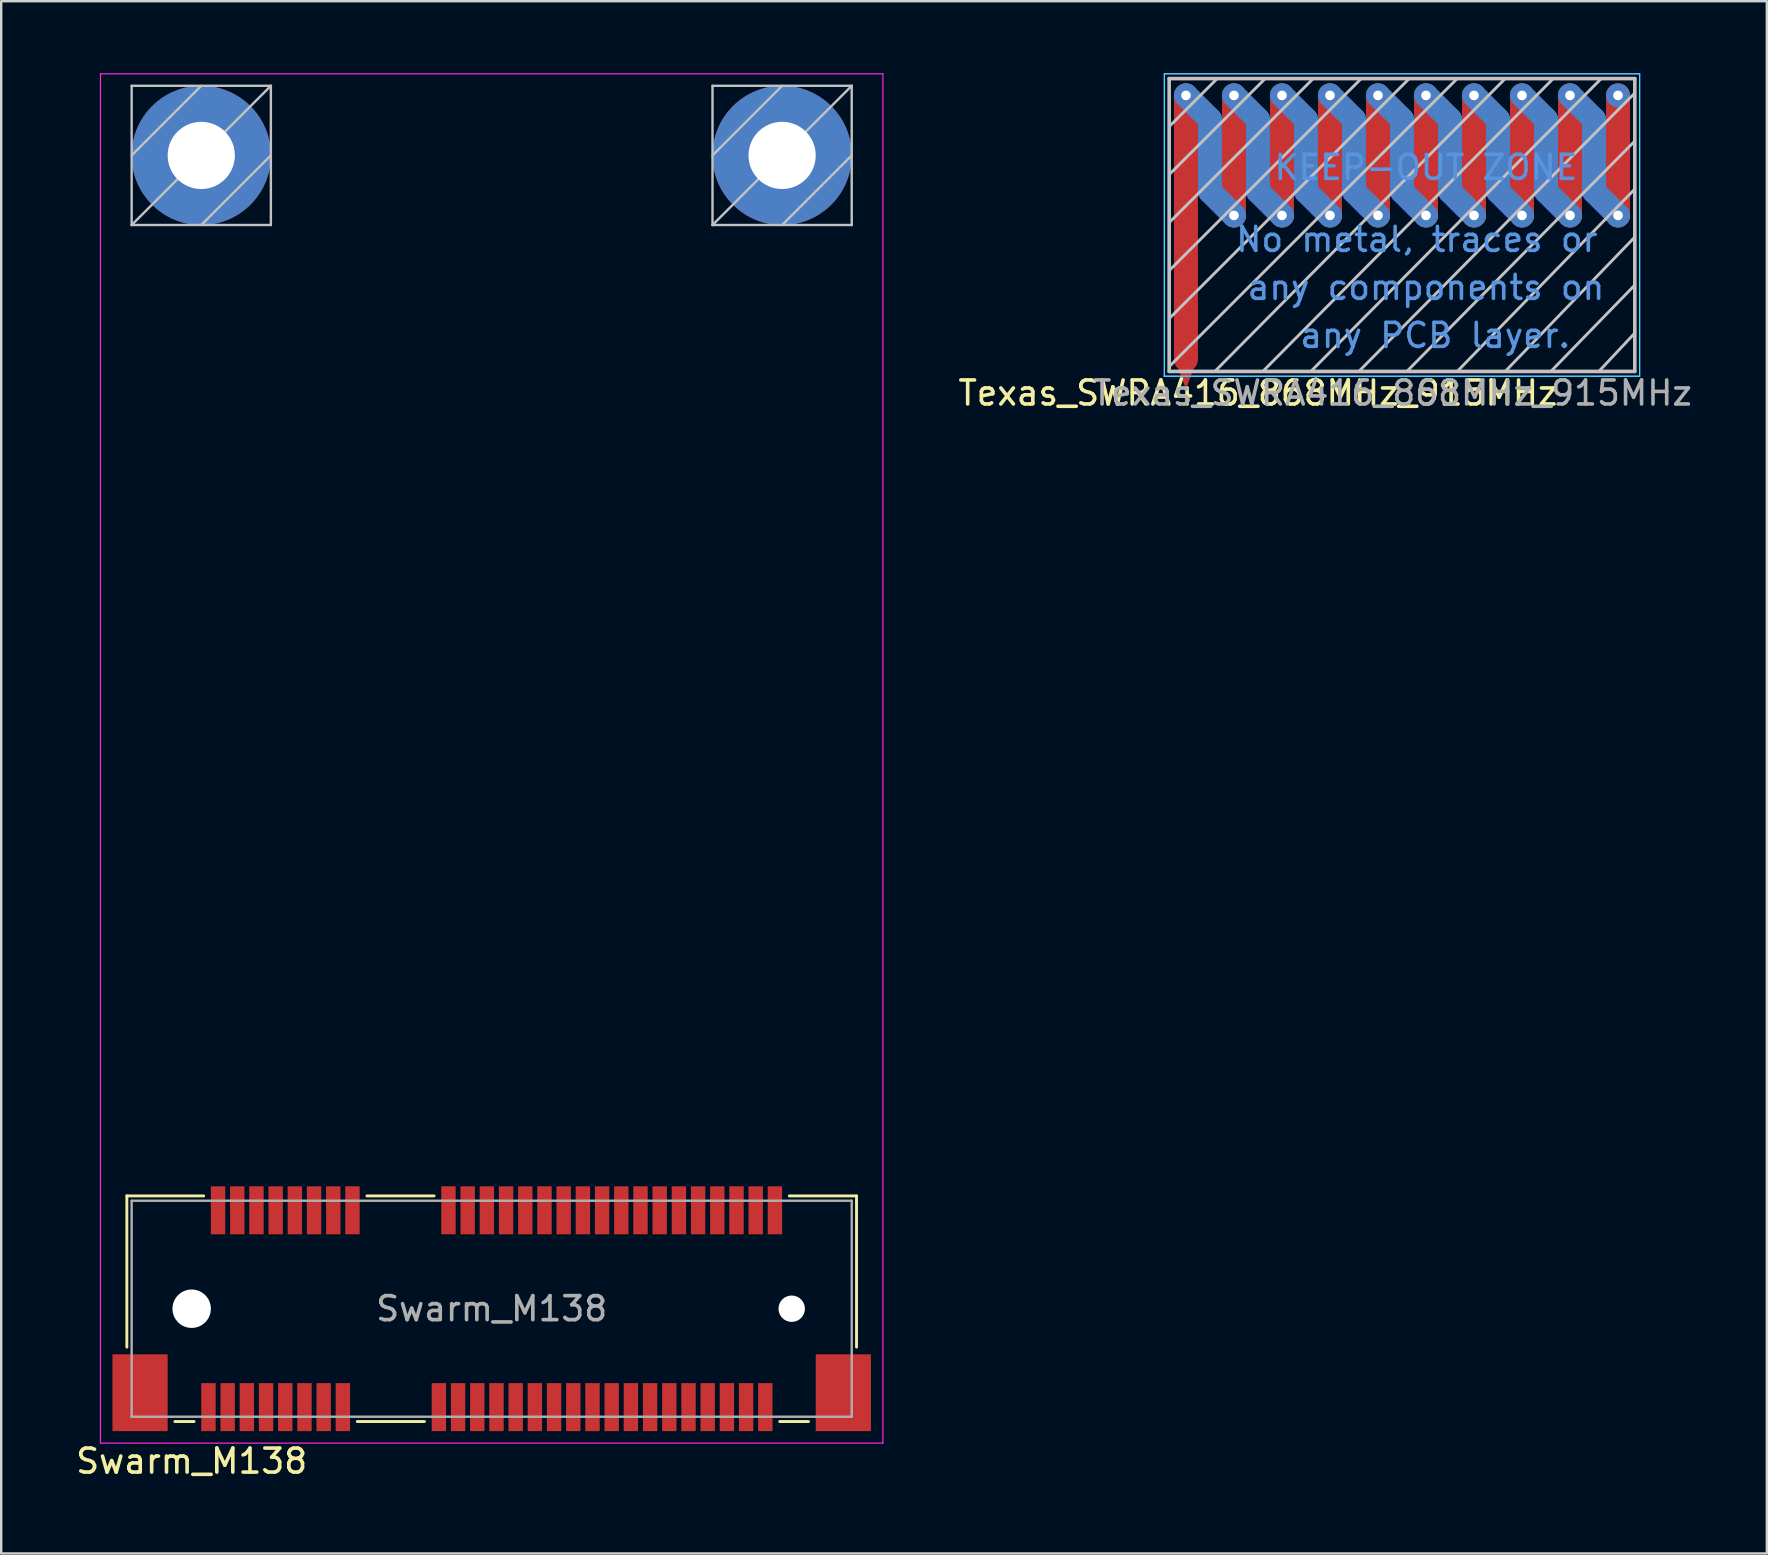
<source format=kicad_pcb>
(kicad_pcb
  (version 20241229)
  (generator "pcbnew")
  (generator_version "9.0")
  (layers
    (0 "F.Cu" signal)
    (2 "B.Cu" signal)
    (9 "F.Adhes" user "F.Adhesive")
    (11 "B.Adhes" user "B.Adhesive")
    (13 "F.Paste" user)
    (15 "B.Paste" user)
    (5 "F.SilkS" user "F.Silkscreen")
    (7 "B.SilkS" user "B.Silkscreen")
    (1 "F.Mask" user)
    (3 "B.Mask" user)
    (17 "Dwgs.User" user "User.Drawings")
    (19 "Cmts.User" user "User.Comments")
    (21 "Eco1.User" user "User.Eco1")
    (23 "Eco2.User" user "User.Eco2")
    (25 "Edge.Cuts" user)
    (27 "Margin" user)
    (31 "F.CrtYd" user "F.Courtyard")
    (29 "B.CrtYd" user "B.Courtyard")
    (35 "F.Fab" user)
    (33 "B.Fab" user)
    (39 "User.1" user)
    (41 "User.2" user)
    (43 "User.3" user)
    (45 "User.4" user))
  (footprint "Texas_SWRA416_868MHz_915MHz"
    (layer "F.Cu")
    (at 55.361 6.725)
    (property "Reference" "Texas_SWRA416_868MHz_915MHz" (at -6 6.6 0) (layer "F.SilkS") (effects (font (size 1 1) (thickness 0.15))))
    (attr smd)
    (fp_line (start -9 5.2) (end -9 -5.8) (stroke (width 1) (type solid)) (layer "F.Cu"))
    (fp_line (start -7 -5.8) (end -7 -0.8) (stroke (width 1) (type solid)) (layer "F.Cu"))
    (fp_line (start -5 -5.8) (end -5 -0.8) (stroke (width 1) (type solid)) (layer "F.Cu"))
    (fp_line (start -3 -5.8) (end -3 -0.8) (stroke (width 1) (type solid)) (layer "F.Cu"))
    (fp_line (start -1 -5.8) (end -1 -0.8) (stroke (width 1) (type solid)) (layer "F.Cu"))
    (fp_line (start 1 -5.8) (end 1 -0.8) (stroke (width 1) (type solid)) (layer "F.Cu"))
    (fp_line (start 3 -5.8) (end 3 -0.8) (stroke (width 1) (type solid)) (layer "F.Cu"))
    (fp_line (start 5 -5.8) (end 5 -0.8) (stroke (width 1) (type solid)) (layer "F.Cu"))
    (fp_line (start 7 -5.8) (end 7 -0.8) (stroke (width 1) (type solid)) (layer "F.Cu"))
    (fp_line (start 9 -5.8) (end 9 -0.8) (stroke (width 1) (type solid)) (layer "F.Cu"))
    (fp_line (start -9 -5.8) (end -8 -4.8) (stroke (width 1) (type solid)) (layer "B.Cu"))
    (fp_line (start -8 -4.8) (end -8 -1.8) (stroke (width 1) (type solid)) (layer "B.Cu"))
    (fp_line (start -8 -1.8) (end -7 -0.8) (stroke (width 1) (type solid)) (layer "B.Cu"))
    (fp_line (start -7 -5.8) (end -6 -4.8) (stroke (width 1) (type solid)) (layer "B.Cu"))
    (fp_line (start -6 -4.8) (end -6 -1.8) (stroke (width 1) (type solid)) (layer "B.Cu"))
    (fp_line (start -6 -1.8) (end -5 -0.8) (stroke (width 1) (type solid)) (layer "B.Cu"))
    (fp_line (start -5 -5.8) (end -4 -4.8) (stroke (width 1) (type solid)) (layer "B.Cu"))
    (fp_line (start -4 -4.8) (end -4 -1.8) (stroke (width 1) (type solid)) (layer "B.Cu"))
    (fp_line (start -4 -1.8) (end -3 -0.8) (stroke (width 1) (type solid)) (layer "B.Cu"))
    (fp_line (start -3 -5.8) (end -2 -4.8) (stroke (width 1) (type solid)) (layer "B.Cu"))
    (fp_line (start -2 -4.8) (end -2 -1.8) (stroke (width 1) (type solid)) (layer "B.Cu"))
    (fp_line (start -2 -1.8) (end -1 -0.8) (stroke (width 1) (type solid)) (layer "B.Cu"))
    (fp_line (start -1 -5.8) (end 0 -4.8) (stroke (width 1) (type solid)) (layer "B.Cu"))
    (fp_line (start 0 -4.8) (end 0 -1.8) (stroke (width 1) (type solid)) (layer "B.Cu"))
    (fp_line (start 0 -1.8) (end 1 -0.8) (stroke (width 1) (type solid)) (layer "B.Cu"))
    (fp_line (start 1 -5.8) (end 2 -4.8) (stroke (width 1) (type solid)) (layer "B.Cu"))
    (fp_line (start 2 -4.8) (end 2 -1.8) (stroke (width 1) (type solid)) (layer "B.Cu"))
    (fp_line (start 2 -1.8) (end 3 -0.8) (stroke (width 1) (type solid)) (layer "B.Cu"))
    (fp_line (start 3 -5.8) (end 4 -4.8) (stroke (width 1) (type solid)) (layer "B.Cu"))
    (fp_line (start 4 -4.8) (end 4 -1.8) (stroke (width 1) (type solid)) (layer "B.Cu"))
    (fp_line (start 4 -1.8) (end 5 -0.8) (stroke (width 1) (type solid)) (layer "B.Cu"))
    (fp_line (start 5 -5.8) (end 6 -4.8) (stroke (width 1) (type solid)) (layer "B.Cu"))
    (fp_line (start 6 -4.8) (end 6 -1.8) (stroke (width 1) (type solid)) (layer "B.Cu"))
    (fp_line (start 6 -1.8) (end 7 -0.8) (stroke (width 1) (type solid)) (layer "B.Cu"))
    (fp_line (start 7 -5.8) (end 8 -4.8) (stroke (width 1) (type solid)) (layer "B.Cu"))
    (fp_line (start 8 -4.8) (end 8 -1.8) (stroke (width 1) (type solid)) (layer "B.Cu"))
    (fp_line (start 8 -1.8) (end 9 -0.8) (stroke (width 1) (type solid)) (layer "B.Cu"))
    (fp_line (start -9.7 -6.5) (end -9.7 5.7) (stroke (width 0.15) (type solid)) (layer "Dwgs.User"))
    (fp_line (start -9.7 -4.5) (end -7.7 -6.5) (stroke (width 0.12) (type solid)) (layer "Dwgs.User"))
    (fp_line (start -9.7 -2.5) (end -5.7 -6.5) (stroke (width 0.12) (type solid)) (layer "Dwgs.User"))
    (fp_line (start -9.7 -0.5) (end -3.7 -6.5) (stroke (width 0.12) (type solid)) (layer "Dwgs.User"))
    (fp_line (start -9.7 1.5) (end -1.7 -6.5) (stroke (width 0.12) (type solid)) (layer "Dwgs.User"))
    (fp_line (start -9.7 3.5) (end 0.3 -6.5) (stroke (width 0.12) (type solid)) (layer "Dwgs.User"))
    (fp_line (start -9.7 5.5) (end 2.3 -6.5) (stroke (width 0.12) (type solid)) (layer "Dwgs.User"))
    (fp_line (start -9.7 5.7) (end 9.7 5.7) (stroke (width 0.15) (type solid)) (layer "Dwgs.User"))
    (fp_line (start 4.3 -6.5) (end -7.8 5.7) (stroke (width 0.12) (type solid)) (layer "Dwgs.User"))
    (fp_line (start 6.3 -6.5) (end -5.8 5.7) (stroke (width 0.12) (type solid)) (layer "Dwgs.User"))
    (fp_line (start 8.3 -6.5) (end -3.8 5.7) (stroke (width 0.12) (type solid)) (layer "Dwgs.User"))
    (fp_line (start 9.7 -6.5) (end -9.7 -6.5) (stroke (width 0.15) (type solid)) (layer "Dwgs.User"))
    (fp_line (start 9.7 -5.9) (end -1.8 5.7) (stroke (width 0.12) (type solid)) (layer "Dwgs.User"))
    (fp_line (start 9.7 -3.9) (end 0.2 5.7) (stroke (width 0.12) (type solid)) (layer "Dwgs.User"))
    (fp_line (start 9.7 -1.9) (end 2.3 5.7) (stroke (width 0.12) (type solid)) (layer "Dwgs.User"))
    (fp_line (start 9.7 0.1) (end 4.3 5.7) (stroke (width 0.12) (type solid)) (layer "Dwgs.User"))
    (fp_line (start 9.7 2.1) (end 6.2 5.7) (stroke (width 0.12) (type solid)) (layer "Dwgs.User"))
    (fp_line (start 9.7 4.1) (end 8.2 5.7) (stroke (width 0.12) (type solid)) (layer "Dwgs.User"))
    (fp_line (start 9.7 5.7) (end 9.7 -6.5) (stroke (width 0.15) (type solid)) (layer "Dwgs.User"))
    (fp_line (start -9.9 -6.7) (end -9.9 5.9) (stroke (width 0.05) (type solid)) (layer "B.CrtYd"))
    (fp_line (start -9.9 5.9) (end 9.9 5.9) (stroke (width 0.05) (type solid)) (layer "B.CrtYd"))
    (fp_line (start 9.9 -6.7) (end -9.9 -6.7) (stroke (width 0.05) (type solid)) (layer "B.CrtYd"))
    (fp_line (start 9.9 5.9) (end 9.9 -6.7) (stroke (width 0.05) (type solid)) (layer "B.CrtYd"))
    (fp_line (start -9.9 -6.7) (end -9.9 5.9) (stroke (width 0.05) (type solid)) (layer "F.CrtYd"))
    (fp_line (start -9.9 5.9) (end 9.9 5.9) (stroke (width 0.05) (type solid)) (layer "F.CrtYd"))
    (fp_line (start 9.9 -6.7) (end -9.9 -6.7) (stroke (width 0.05) (type solid)) (layer "F.CrtYd"))
    (fp_line (start 9.9 5.9) (end 9.9 -6.7) (stroke (width 0.05) (type solid)) (layer "F.CrtYd"))
    (fp_text user " any PCB layer." (at 1 4.2 0) (layer "Cmts.User") (effects (font (size 1 1) (thickness 0.15))))
    (fp_text user "KEEP-OUT ZONE" (at 1 -2.8 0) (layer "Cmts.User") (effects (font (size 1 1) (thickness 0.15))))
    (fp_text user "any components on" (at 1 2.2 0) (layer "Cmts.User") (effects (font (size 1 1) (thickness 0.15))))
    (fp_text user "No metal, traces or " (at 1 0.2 0) (layer "Cmts.User") (effects (font (size 1 1) (thickness 0.15))))
    (fp_text user "${REFERENCE}" (at -0.4 6.6 0) (layer "F.Fab") (effects (font (size 1 1) (thickness 0.15))))
    (pad "" thru_hole circle (at -9 -5.8 180) (size 1 1) (drill 0.4) (layers "*.Cu"))
    (pad "" thru_hole circle (at -7 -5.8 180) (size 1 1) (drill 0.4) (layers "*.Cu"))
    (pad "" thru_hole circle (at -7 -0.8 180) (size 1 1) (drill 0.4) (layers "*.Cu"))
    (pad "" thru_hole circle (at -5 -5.8 180) (size 1 1) (drill 0.4) (layers "*.Cu"))
    (pad "" thru_hole circle (at -5 -0.8 180) (size 1 1) (drill 0.4) (layers "*.Cu"))
    (pad "" thru_hole circle (at -3 -5.8 180) (size 1 1) (drill 0.4) (layers "*.Cu"))
    (pad "" thru_hole circle (at -3 -0.8 180) (size 1 1) (drill 0.4) (layers "*.Cu"))
    (pad "" thru_hole circle (at -1 -5.8 180) (size 1 1) (drill 0.4) (layers "*.Cu"))
    (pad "" thru_hole circle (at -1 -0.8 180) (size 1 1) (drill 0.4) (layers "*.Cu"))
    (pad "" thru_hole circle (at 1 -5.8 180) (size 1 1) (drill 0.4) (layers "*.Cu"))
    (pad "" thru_hole circle (at 1 -0.8 180) (size 1 1) (drill 0.4) (layers "*.Cu"))
    (pad "" thru_hole circle (at 3 -5.8 180) (size 1 1) (drill 0.4) (layers "*.Cu"))
    (pad "" thru_hole circle (at 3 -0.8 180) (size 1 1) (drill 0.4) (layers "*.Cu"))
    (pad "" thru_hole circle (at 5 -5.8 180) (size 1 1) (drill 0.4) (layers "*.Cu"))
    (pad "" thru_hole circle (at 5 -0.8 180) (size 1 1) (drill 0.4) (layers "*.Cu"))
    (pad "" thru_hole circle (at 7 -5.8 180) (size 1 1) (drill 0.4) (layers "*.Cu"))
    (pad "" thru_hole circle (at 7 -0.8 180) (size 1 1) (drill 0.4) (layers "*.Cu"))
    (pad "" thru_hole circle (at 9 -5.8 180) (size 1 1) (drill 0.4) (layers "*.Cu"))
    (pad "" thru_hole circle (at 9 -0.8 180) (size 1 1) (drill 0.4) (layers "*.Cu"))
    (pad "1" smd trapezoid (at -9 5.9 180) (size 0.4 0.8) (rect_delta 0 0.3) (layers "F.Cu")))
  (footprint "Swarm_M138"
    (layer "F.Cu")
    (at 17.435 51.475)
    (property "Reference" "Swarm_M138" (at -12.5 6.35 180) (layer "F.SilkS") (effects (font (size 1 1) (thickness 0.15))))
    (attr smd)
    (fp_line (start -15.2 -4.7) (end -15.2 1.6) (stroke (width 0.12) (type solid)) (layer "F.SilkS"))
    (fp_line (start -13.2 4.7) (end -12.4 4.7) (stroke (width 0.12) (type solid)) (layer "F.SilkS"))
    (fp_line (start -12 -4.7) (end -15.2 -4.7) (stroke (width 0.12) (type solid)) (layer "F.SilkS"))
    (fp_line (start -5.6 4.7) (end -2.8 4.7) (stroke (width 0.12) (type solid)) (layer "F.SilkS"))
    (fp_line (start -2.4 -4.7) (end -5.2 -4.7) (stroke (width 0.12) (type solid)) (layer "F.SilkS"))
    (fp_line (start 12 4.7) (end 13.2 4.7) (stroke (width 0.12) (type solid)) (layer "F.SilkS"))
    (fp_line (start 15.2 -4.7) (end 12.4 -4.7) (stroke (width 0.12) (type solid)) (layer "F.SilkS"))
    (fp_line (start 15.2 1.6) (end 15.2 -4.7) (stroke (width 0.12) (type solid)) (layer "F.SilkS"))
    (fp_line (start -15 -50.95) (end -15 -45.15) (stroke (width 0.1) (type solid)) (layer "Dwgs.User"))
    (fp_line (start -15 -50.95) (end -9.2 -50.95) (stroke (width 0.1) (type solid)) (layer "Dwgs.User"))
    (fp_line (start -15 -45.15) (end -9.2 -45.15) (stroke (width 0.1) (type solid)) (layer "Dwgs.User"))
    (fp_line (start -12.1 -50.95) (end -15 -48.05) (stroke (width 0.1) (type solid)) (layer "Dwgs.User"))
    (fp_line (start -9.2 -50.95) (end -15 -45.15) (stroke (width 0.1) (type solid)) (layer "Dwgs.User"))
    (fp_line (start -9.2 -50.95) (end -9.2 -45.15) (stroke (width 0.1) (type solid)) (layer "Dwgs.User"))
    (fp_line (start -9.2 -48.05) (end -12.1 -45.15) (stroke (width 0.1) (type solid)) (layer "Dwgs.User"))
    (fp_line (start 9.2 -50.95) (end 9.2 -45.15) (stroke (width 0.1) (type solid)) (layer "Dwgs.User"))
    (fp_line (start 9.2 -50.95) (end 15 -50.95) (stroke (width 0.1) (type solid)) (layer "Dwgs.User"))
    (fp_line (start 9.2 -45.15) (end 15 -45.15) (stroke (width 0.1) (type solid)) (layer "Dwgs.User"))
    (fp_line (start 12.1 -50.95) (end 9.2 -48.05) (stroke (width 0.1) (type solid)) (layer "Dwgs.User"))
    (fp_line (start 15 -50.95) (end 9.2 -45.15) (stroke (width 0.1) (type solid)) (layer "Dwgs.User"))
    (fp_line (start 15 -50.95) (end 15 -45.15) (stroke (width 0.1) (type solid)) (layer "Dwgs.User"))
    (fp_line (start 15 -48.05) (end 12.1 -45.15) (stroke (width 0.1) (type solid)) (layer "Dwgs.User"))
    (fp_line (start -16.3 -51.45) (end 16.3 -51.45) (stroke (width 0.05) (type solid)) (layer "F.CrtYd"))
    (fp_line (start -16.3 5.6) (end -16.3 -51.45) (stroke (width 0.05) (type solid)) (layer "F.CrtYd"))
    (fp_line (start 16.3 -51.45) (end 16.3 5.6) (stroke (width 0.05) (type solid)) (layer "F.CrtYd"))
    (fp_line (start 16.3 5.6) (end -16.3 5.6) (stroke (width 0.05) (type solid)) (layer "F.CrtYd"))
    (fp_line (start -15 -4.5) (end -15 4.5) (stroke (width 0.1) (type solid)) (layer "F.Fab"))
    (fp_line (start -15 4.5) (end 15 4.5) (stroke (width 0.1) (type solid)) (layer "F.Fab"))
    (fp_line (start 15 -4.5) (end -15 -4.5) (stroke (width 0.1) (type solid)) (layer "F.Fab"))
    (fp_line (start 15 4.5) (end 15 -4.5) (stroke (width 0.1) (type solid)) (layer "F.Fab"))
    (fp_text user "${REFERENCE}" (at 0 0 0) (layer "F.Fab") (effects (font (size 1 1) (thickness 0.15))))
    (pad "" np_thru_hole circle (at -12.5 0) (size 1.6 1.6) (drill 1.6) (layers "*.Cu" "*.Mask"))
    (pad "" np_thru_hole circle (at 12.5 0) (size 1.1 1.1) (drill 1.1) (layers "*.Cu" "*.Mask"))
    (pad "1" smd rect (at -11.8 4.1) (size 0.6 2) (layers "F.Cu" "F.Mask" "F.Paste"))
    (pad "2" smd rect (at -11.4 -4.1) (size 0.6 2) (layers "F.Cu" "F.Mask" "F.Paste"))
    (pad "3" smd rect (at -11 4.1) (size 0.6 2) (layers "F.Cu" "F.Mask" "F.Paste"))
    (pad "4" smd rect (at -10.6 -4.1) (size 0.6 2) (layers "F.Cu" "F.Mask" "F.Paste"))
    (pad "5" smd rect (at -10.2 4.1) (size 0.6 2) (layers "F.Cu" "F.Mask" "F.Paste"))
    (pad "6" smd rect (at -9.8 -4.1) (size 0.6 2) (layers "F.Cu" "F.Mask" "F.Paste"))
    (pad "7" smd rect (at -9.4 4.1) (size 0.6 2) (layers "F.Cu" "F.Mask" "F.Paste"))
    (pad "8" smd rect (at -9 -4.1) (size 0.6 2) (layers "F.Cu" "F.Mask" "F.Paste"))
    (pad "9" smd rect (at -8.6 4.1) (size 0.6 2) (layers "F.Cu" "F.Mask" "F.Paste"))
    (pad "10" smd rect (at -8.2 -4.1) (size 0.6 2) (layers "F.Cu" "F.Mask" "F.Paste"))
    (pad "11" smd rect (at -7.8 4.1) (size 0.6 2) (layers "F.Cu" "F.Mask" "F.Paste"))
    (pad "12" smd rect (at -7.4 -4.1) (size 0.6 2) (layers "F.Cu" "F.Mask" "F.Paste"))
    (pad "13" smd rect (at -7 4.1) (size 0.6 2) (layers "F.Cu" "F.Mask" "F.Paste"))
    (pad "14" smd rect (at -6.6 -4.1) (size 0.6 2) (layers "F.Cu" "F.Mask" "F.Paste"))
    (pad "15" smd rect (at -6.2 4.1) (size 0.6 2) (layers "F.Cu" "F.Mask" "F.Paste"))
    (pad "16" smd rect (at -5.8 -4.1) (size 0.6 2) (layers "F.Cu" "F.Mask" "F.Paste"))
    (pad "17" smd rect (at -2.2 4.1) (size 0.6 2) (layers "F.Cu" "F.Mask" "F.Paste"))
    (pad "18" smd rect (at -1.8 -4.1) (size 0.6 2) (layers "F.Cu" "F.Mask" "F.Paste"))
    (pad "19" smd rect (at -1.4 4.1) (size 0.6 2) (layers "F.Cu" "F.Mask" "F.Paste"))
    (pad "20" smd rect (at -1 -4.1) (size 0.6 2) (layers "F.Cu" "F.Mask" "F.Paste"))
    (pad "21" smd rect (at -0.6 4.1) (size 0.6 2) (layers "F.Cu" "F.Mask" "F.Paste"))
    (pad "22" smd rect (at -0.2 -4.1) (size 0.6 2) (layers "F.Cu" "F.Mask" "F.Paste"))
    (pad "23" smd rect (at 0.2 4.1) (size 0.6 2) (layers "F.Cu" "F.Mask" "F.Paste"))
    (pad "24" smd rect (at 0.6 -4.1) (size 0.6 2) (layers "F.Cu" "F.Mask" "F.Paste"))
    (pad "25" smd rect (at 1 4.1) (size 0.6 2) (layers "F.Cu" "F.Mask" "F.Paste"))
    (pad "26" smd rect (at 1.4 -4.1) (size 0.6 2) (layers "F.Cu" "F.Mask" "F.Paste"))
    (pad "27" smd rect (at 1.8 4.1) (size 0.6 2) (layers "F.Cu" "F.Mask" "F.Paste"))
    (pad "28" smd rect (at 2.2 -4.1) (size 0.6 2) (layers "F.Cu" "F.Mask" "F.Paste"))
    (pad "29" smd rect (at 2.6 4.1) (size 0.6 2) (layers "F.Cu" "F.Mask" "F.Paste"))
    (pad "30" smd rect (at 3 -4.1) (size 0.6 2) (layers "F.Cu" "F.Mask" "F.Paste"))
    (pad "31" smd rect (at 3.4 4.1) (size 0.6 2) (layers "F.Cu" "F.Mask" "F.Paste"))
    (pad "32" smd rect (at 3.8 -4.1) (size 0.6 2) (layers "F.Cu" "F.Mask" "F.Paste"))
    (pad "33" smd rect (at 4.2 4.1) (size 0.6 2) (layers "F.Cu" "F.Mask" "F.Paste"))
    (pad "34" smd rect (at 4.6 -4.1) (size 0.6 2) (layers "F.Cu" "F.Mask" "F.Paste"))
    (pad "35" smd rect (at 5 4.1) (size 0.6 2) (layers "F.Cu" "F.Mask" "F.Paste"))
    (pad "36" smd rect (at 5.4 -4.1) (size 0.6 2) (layers "F.Cu" "F.Mask" "F.Paste"))
    (pad "37" smd rect (at 5.8 4.1) (size 0.6 2) (layers "F.Cu" "F.Mask" "F.Paste"))
    (pad "38" smd rect (at 6.2 -4.1) (size 0.6 2) (layers "F.Cu" "F.Mask" "F.Paste"))
    (pad "39" smd rect (at 6.6 4.1) (size 0.6 2) (layers "F.Cu" "F.Mask" "F.Paste"))
    (pad "40" smd rect (at 7 -4.1) (size 0.6 2) (layers "F.Cu" "F.Mask" "F.Paste"))
    (pad "41" smd rect (at 7.4 4.1) (size 0.6 2) (layers "F.Cu" "F.Mask" "F.Paste"))
    (pad "42" smd rect (at 7.8 -4.1) (size 0.6 2) (layers "F.Cu" "F.Mask" "F.Paste"))
    (pad "43" smd rect (at 8.2 4.1) (size 0.6 2) (layers "F.Cu" "F.Mask" "F.Paste"))
    (pad "44" smd rect (at 8.6 -4.1) (size 0.6 2) (layers "F.Cu" "F.Mask" "F.Paste"))
    (pad "45" smd rect (at 9 4.1) (size 0.6 2) (layers "F.Cu" "F.Mask" "F.Paste"))
    (pad "46" smd rect (at 9.4 -4.1) (size 0.6 2) (layers "F.Cu" "F.Mask" "F.Paste"))
    (pad "47" smd rect (at 9.8 4.1) (size 0.6 2) (layers "F.Cu" "F.Mask" "F.Paste"))
    (pad "48" smd rect (at 10.2 -4.1) (size 0.6 2) (layers "F.Cu" "F.Mask" "F.Paste"))
    (pad "49" smd rect (at 10.6 4.1) (size 0.6 2) (layers "F.Cu" "F.Mask" "F.Paste"))
    (pad "50" smd rect (at 11 -4.1) (size 0.6 2) (layers "F.Cu" "F.Mask" "F.Paste"))
    (pad "51" smd rect (at 11.4 4.1) (size 0.6 2) (layers "F.Cu" "F.Mask" "F.Paste"))
    (pad "52" smd rect (at 11.8 -4.1) (size 0.6 2) (layers "F.Cu" "F.Mask" "F.Paste"))
    (pad "53" thru_hole circle (at 12.1 -48.05) (size 5.8 5.8) (drill 2.8) (layers "*.Cu" "*.Mask"))
    (pad "54" thru_hole circle (at -12.1 -48.05) (size 5.8 5.8) (drill 2.8) (layers "*.Cu" "*.Mask"))
    (pad "55" smd rect (at -14.65 3.5) (size 2.3 3.2) (layers "F.Cu" "F.Mask" "F.Paste"))
    (pad "56" smd rect (at 14.65 3.5) (size 2.3 3.2) (layers "F.Cu" "F.Mask" "F.Paste")))
  (gr_rect
    (start -3 -3)
    (end 70.562 61.673)
    (stroke (width 0.1) (type default))
    (fill no)
    (layer "Edge.Cuts")))
</source>
